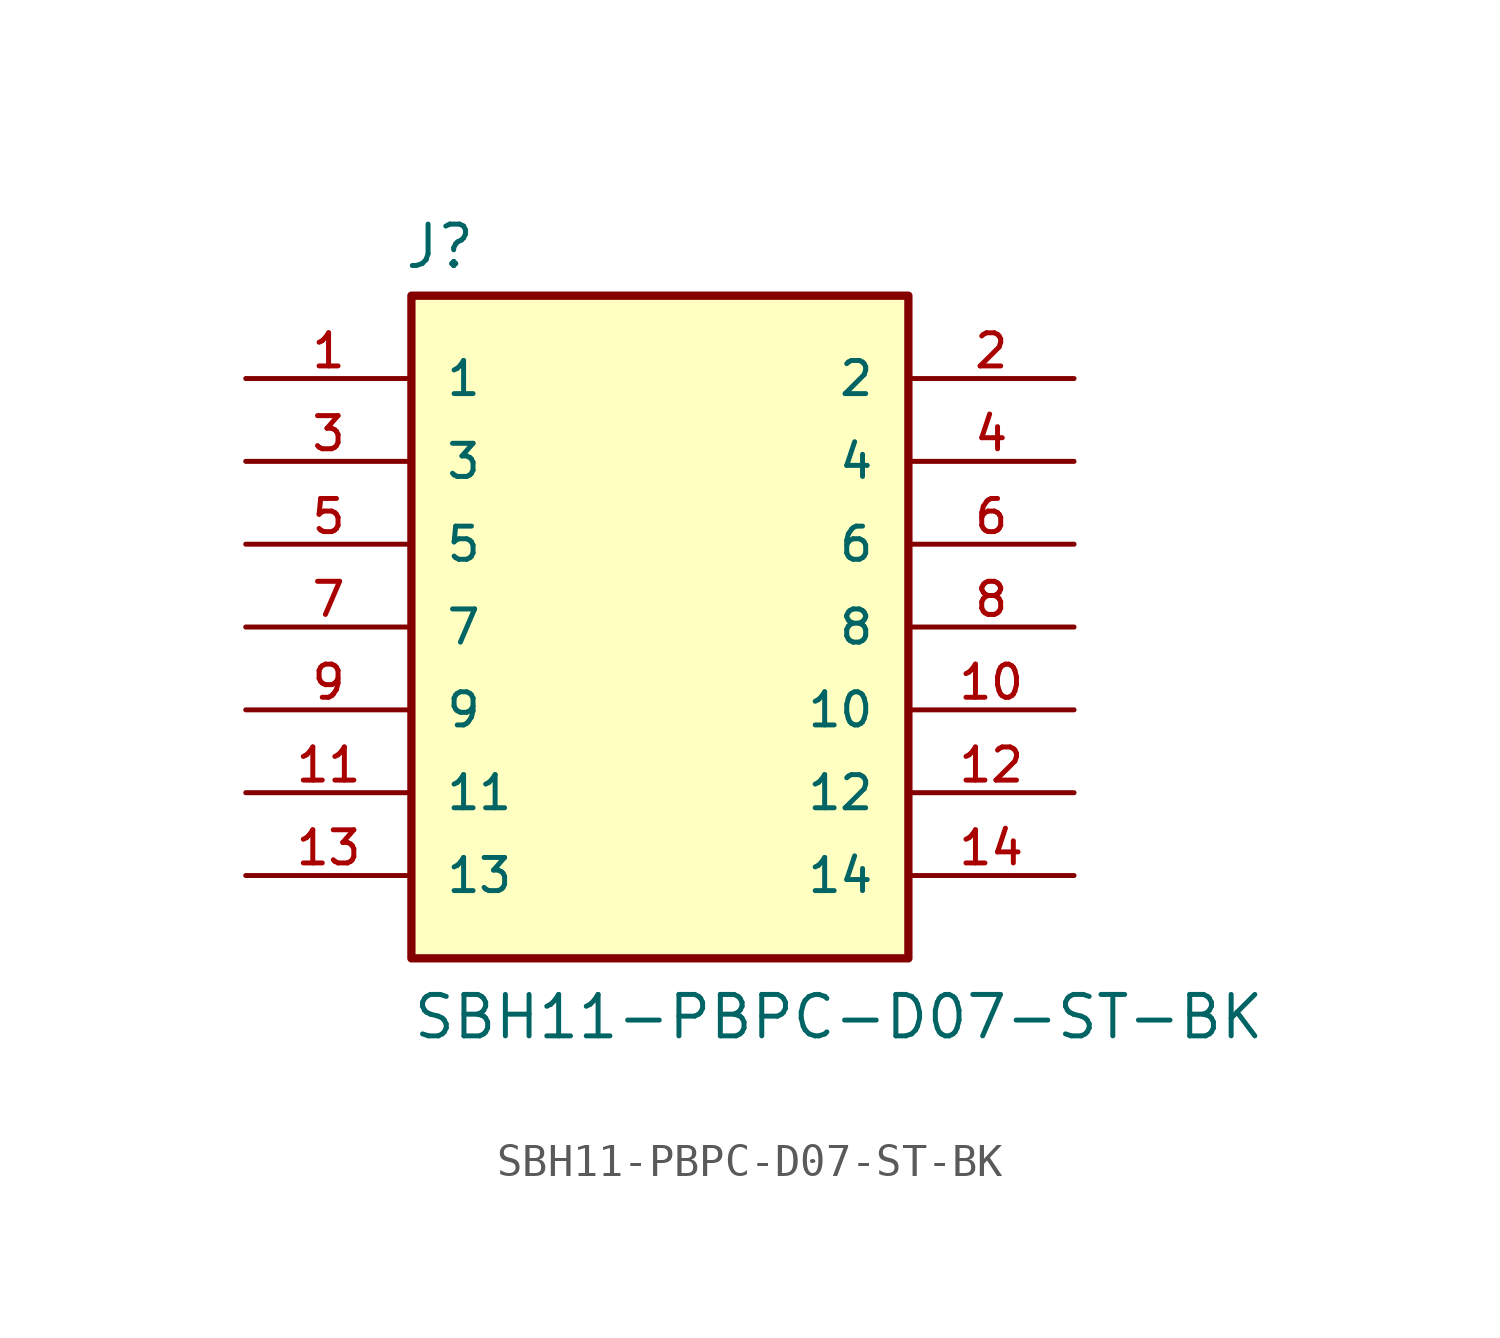
<source format=kicad_sym>
(kicad_symbol_lib
  (version 20211014)
  (generator kicad_symbol_editor)
  (symbol "SBH11-PBPC-D07-ST-BK"
    (pin_names
      (offset 1.016))
    (property "Reference" "J"
      (at -7.874 10.922 0)
      (effects (font (size 1.27 1.27)) (justify bottom left)))
    (property "Value" "SBH11-PBPC-D07-ST-BK"
      (at -7.62 -12.7 0)
      (effects (font (size 1.27 1.27)) (justify bottom left)))
    (symbol "SBH11-PBPC-D07-ST-BK_0_0"
      (rectangle (start -7.62 -10.16) (end 7.62 10.16) (stroke (width 0.254)) (fill (type background)))
      (pin passive line (at -12.7 7.62 0) (length 5.08) (name "1" (effects (font (size 1.016 1.016)))) (number "1" (effects (font (size 1.016 1.016)))))
      (pin passive line (at 12.7 7.62 180.0) (length 5.08) (name "2" (effects (font (size 1.016 1.016)))) (number "2" (effects (font (size 1.016 1.016)))))
      (pin passive line (at -12.7 5.08 0) (length 5.08) (name "3" (effects (font (size 1.016 1.016)))) (number "3" (effects (font (size 1.016 1.016)))))
      (pin passive line (at 12.7 5.08 180.0) (length 5.08) (name "4" (effects (font (size 1.016 1.016)))) (number "4" (effects (font (size 1.016 1.016)))))
      (pin passive line (at -12.7 2.54 0) (length 5.08) (name "5" (effects (font (size 1.016 1.016)))) (number "5" (effects (font (size 1.016 1.016)))))
      (pin passive line (at 12.7 2.54 180.0) (length 5.08) (name "6" (effects (font (size 1.016 1.016)))) (number "6" (effects (font (size 1.016 1.016)))))
      (pin passive line (at -12.7 0.0 0) (length 5.08) (name "7" (effects (font (size 1.016 1.016)))) (number "7" (effects (font (size 1.016 1.016)))))
      (pin passive line (at 12.7 0.0 180.0) (length 5.08) (name "8" (effects (font (size 1.016 1.016)))) (number "8" (effects (font (size 1.016 1.016)))))
      (pin passive line (at -12.7 -2.54 0) (length 5.08) (name "9" (effects (font (size 1.016 1.016)))) (number "9" (effects (font (size 1.016 1.016)))))
      (pin passive line (at 12.7 -2.54 180.0) (length 5.08) (name "10" (effects (font (size 1.016 1.016)))) (number "10" (effects (font (size 1.016 1.016)))))
      (pin passive line (at -12.7 -5.08 0) (length 5.08) (name "11" (effects (font (size 1.016 1.016)))) (number "11" (effects (font (size 1.016 1.016)))))
      (pin passive line (at 12.7 -5.08 180.0) (length 5.08) (name "12" (effects (font (size 1.016 1.016)))) (number "12" (effects (font (size 1.016 1.016)))))
      (pin passive line (at -12.7 -7.62 0) (length 5.08) (name "13" (effects (font (size 1.016 1.016)))) (number "13" (effects (font (size 1.016 1.016)))))
      (pin passive line (at 12.7 -7.62 180.0) (length 5.08) (name "14" (effects (font (size 1.016 1.016)))) (number "14" (effects (font (size 1.016 1.016))))))))
</source>
